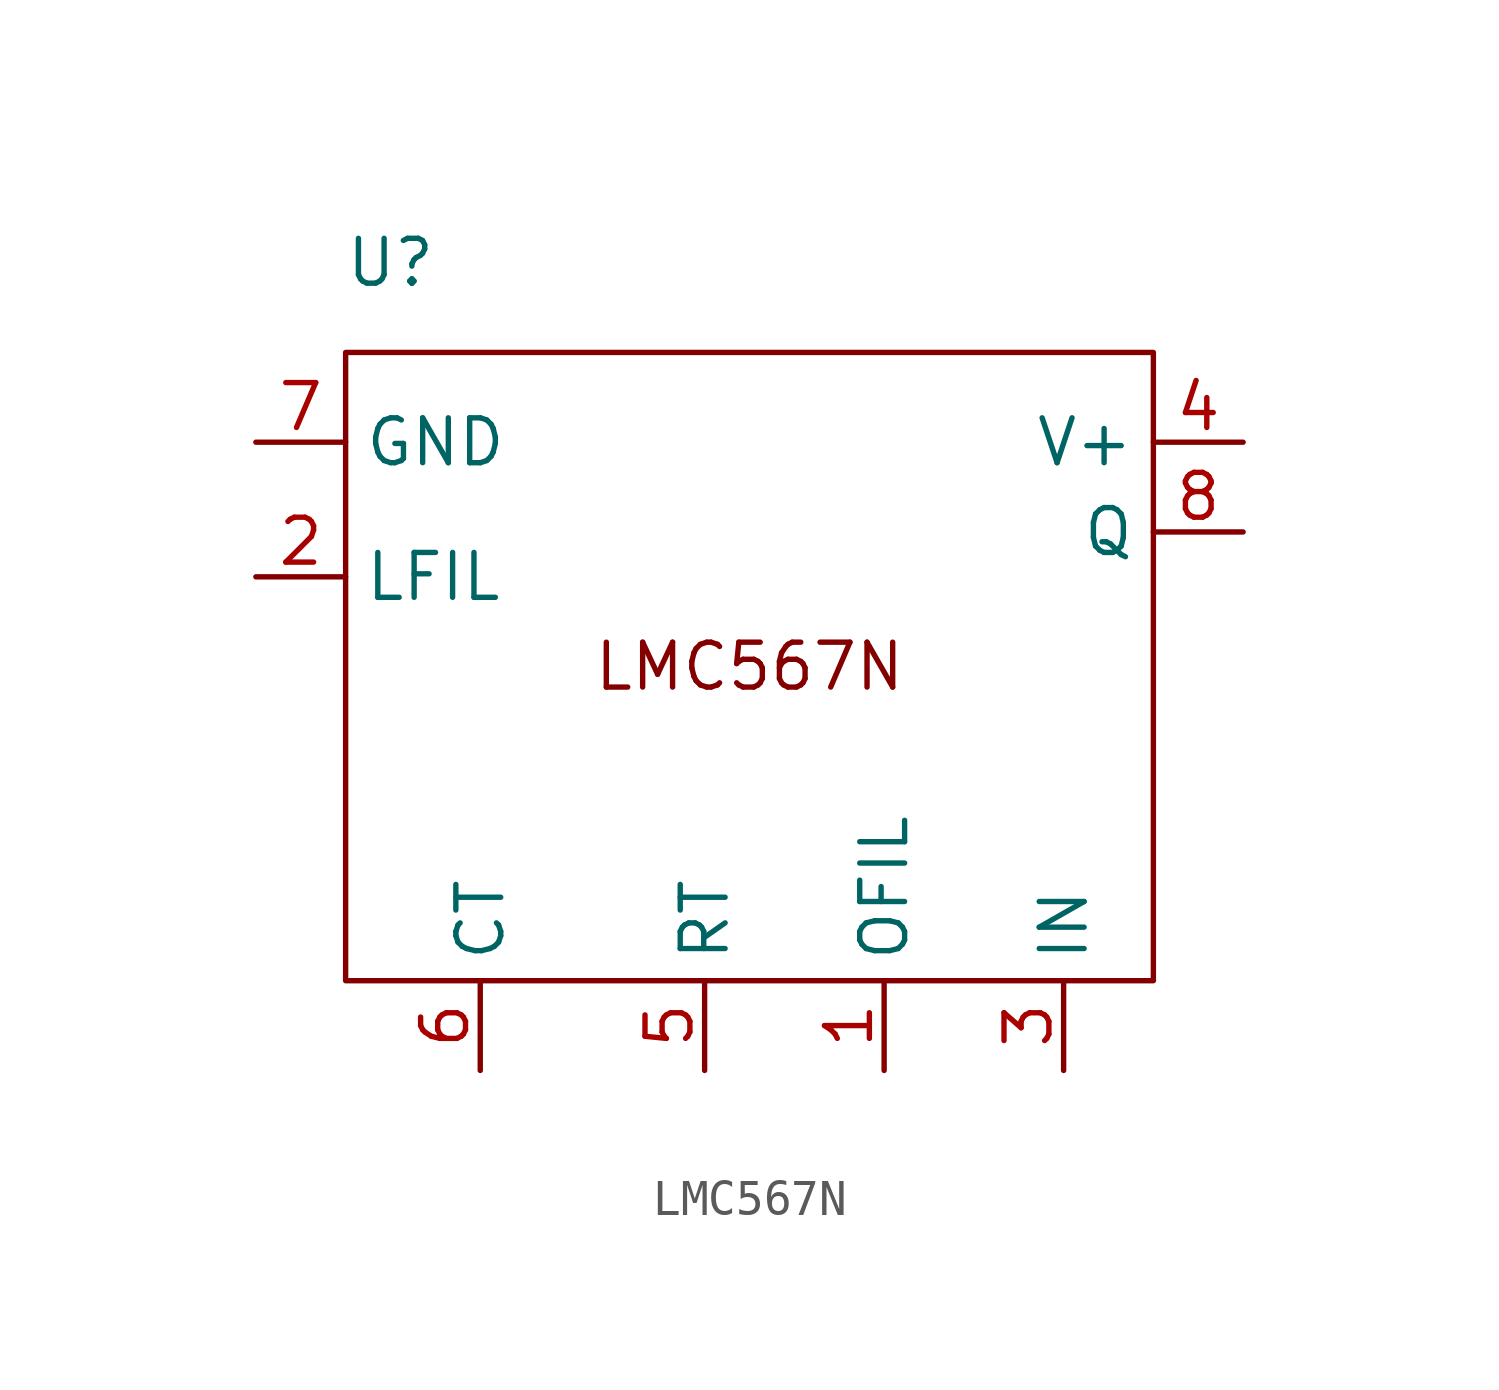
<source format=kicad_sym>
(kicad_symbol_lib
  (version 20220914)
  (generator kicad_symbol_editor)
  (symbol "LMC567N"
    (property "Reference" "U"
      (at -10.16 11.43 0)
      (effects (font (size 1.27 1.27))))
    (property "Value" ""
      (at 0 0 0)
      (effects (font (size 1.27 1.27))))
    (symbol "LMC567N_0_1"
      (rectangle (start -11.43 8.89) (end 11.43 -8.89) (stroke (width 0) (type default)) (fill (type none))))
    (symbol "LMC567N_1_1"
      (text "LMC567N" (at 0 0 0) (effects (font (size 1.27 1.27))))
      (pin input line (at 3.81 -11.43 90) (length 2.54) (name "OFIL" (effects (font (size 1.27 1.27)))) (number "1" (effects (font (size 1.27 1.27)))))
      (pin output line (at -13.97 2.54 0) (length 2.54) (name "LFIL" (effects (font (size 1.27 1.27)))) (number "2" (effects (font (size 1.27 1.27)))))
      (pin input line (at 8.89 -11.43 90) (length 2.54) (name "IN" (effects (font (size 1.27 1.27)))) (number "3" (effects (font (size 1.27 1.27)))))
      (pin power_in line (at 13.97 6.35 180) (length 2.54) (name "V+" (effects (font (size 1.27 1.27)))) (number "4" (effects (font (size 1.27 1.27)))))
      (pin input line (at -1.27 -11.43 90) (length 2.54) (name "RT" (effects (font (size 1.27 1.27)))) (number "5" (effects (font (size 1.27 1.27)))))
      (pin input line (at -7.62 -11.43 90) (length 2.54) (name "CT" (effects (font (size 1.27 1.27)))) (number "6" (effects (font (size 1.27 1.27)))))
      (pin power_in line (at -13.97 6.35 0) (length 2.54) (name "GND" (effects (font (size 1.27 1.27)))) (number "7" (effects (font (size 1.27 1.27)))))
      (pin output line (at 13.97 3.81 180) (length 2.54) (name "Q" (effects (font (size 1.27 1.27)))) (number "8" (effects (font (size 1.27 1.27))))))))
</source>
